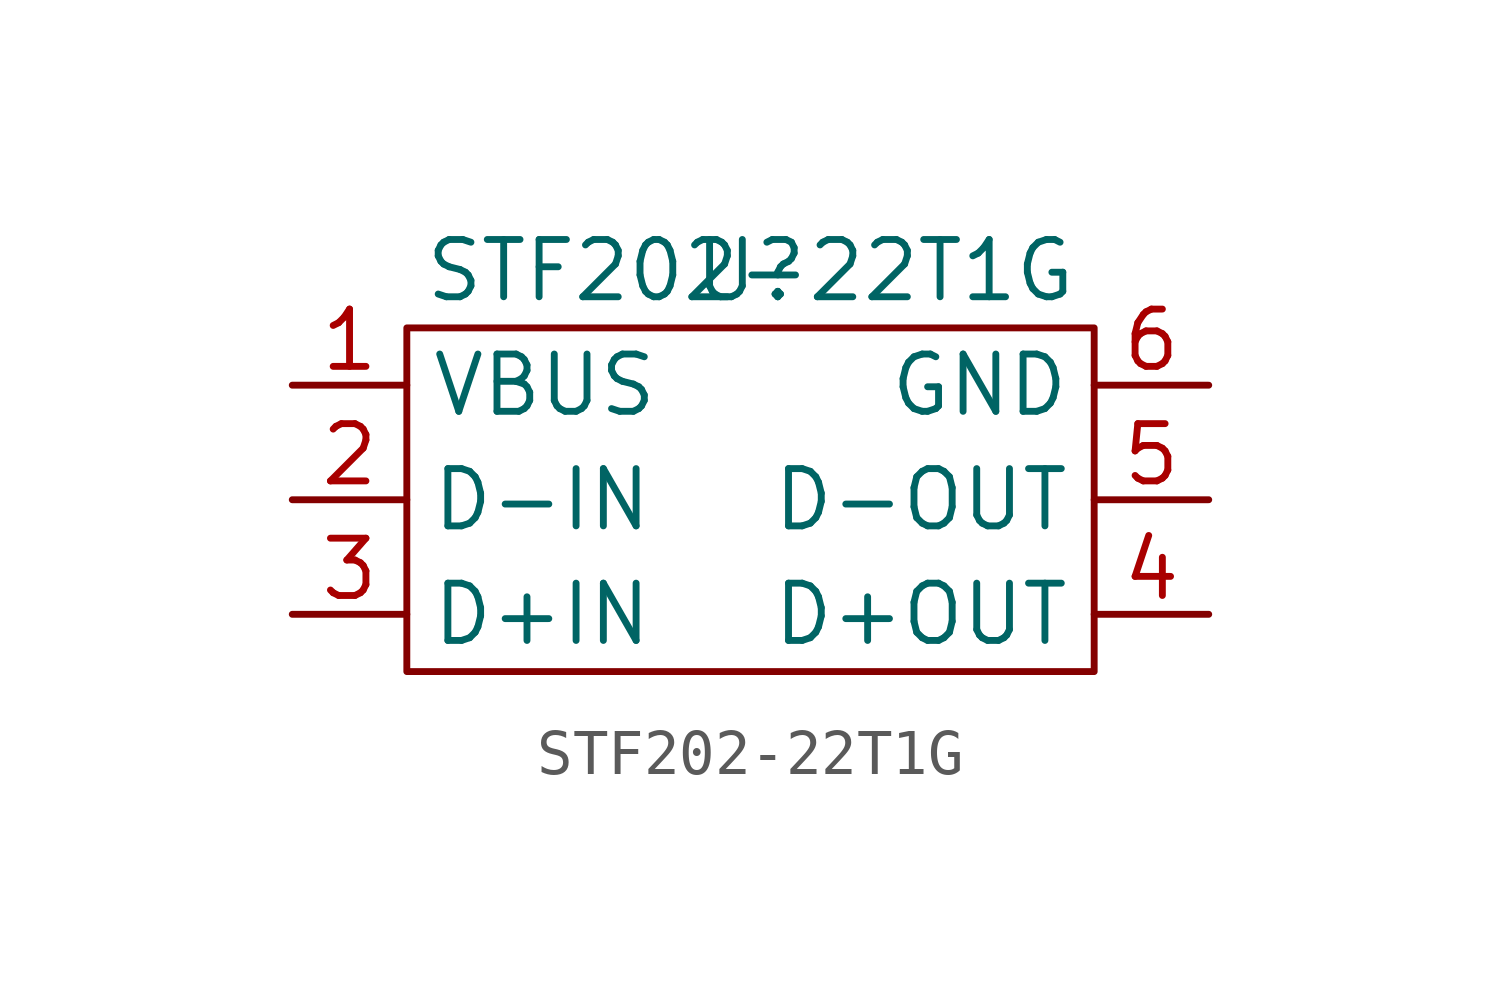
<source format=kicad_sym>
(kicad_symbol_lib
  (version 20211014)
  (generator kicad_symbol_editor)
  (symbol "STF202-22T1G"
    (property "Reference" "U"
      (at 0 3.81 0)
      (effects (font (size 1.27 1.27))))
    (property "Value" "STF202-22T1G"
      (at 0 3.81 0)
      (effects (font (size 1.27 1.27))))
    (symbol "STF202-22T1G_0_1"
      (rectangle (start -7.62 2.54) (end 7.62 -5.08) (stroke (width 0) (type default) (color 0 0 0 0)) (fill (type none))))
    (symbol "STF202-22T1G_1_1"
      (pin input line (at -10.16 1.27 0) (length 2.54) (name "VBUS" (effects (font (size 1.27 1.27)))) (number "1" (effects (font (size 1.27 1.27)))))
      (pin input line (at -10.16 -1.27 0) (length 2.54) (name "D-IN" (effects (font (size 1.27 1.27)))) (number "2" (effects (font (size 1.27 1.27)))))
      (pin input line (at -10.16 -3.81 0) (length 2.54) (name "D+IN" (effects (font (size 1.27 1.27)))) (number "3" (effects (font (size 1.27 1.27)))))
      (pin input line (at 10.16 -3.81 180) (length 2.54) (name "D+OUT" (effects (font (size 1.27 1.27)))) (number "4" (effects (font (size 1.27 1.27)))))
      (pin input line (at 10.16 -1.27 180) (length 2.54) (name "D-OUT" (effects (font (size 1.27 1.27)))) (number "5" (effects (font (size 1.27 1.27)))))
      (pin input line (at 10.16 1.27 180) (length 2.54) (name "GND" (effects (font (size 1.27 1.27)))) (number "6" (effects (font (size 1.27 1.27))))))))
</source>
